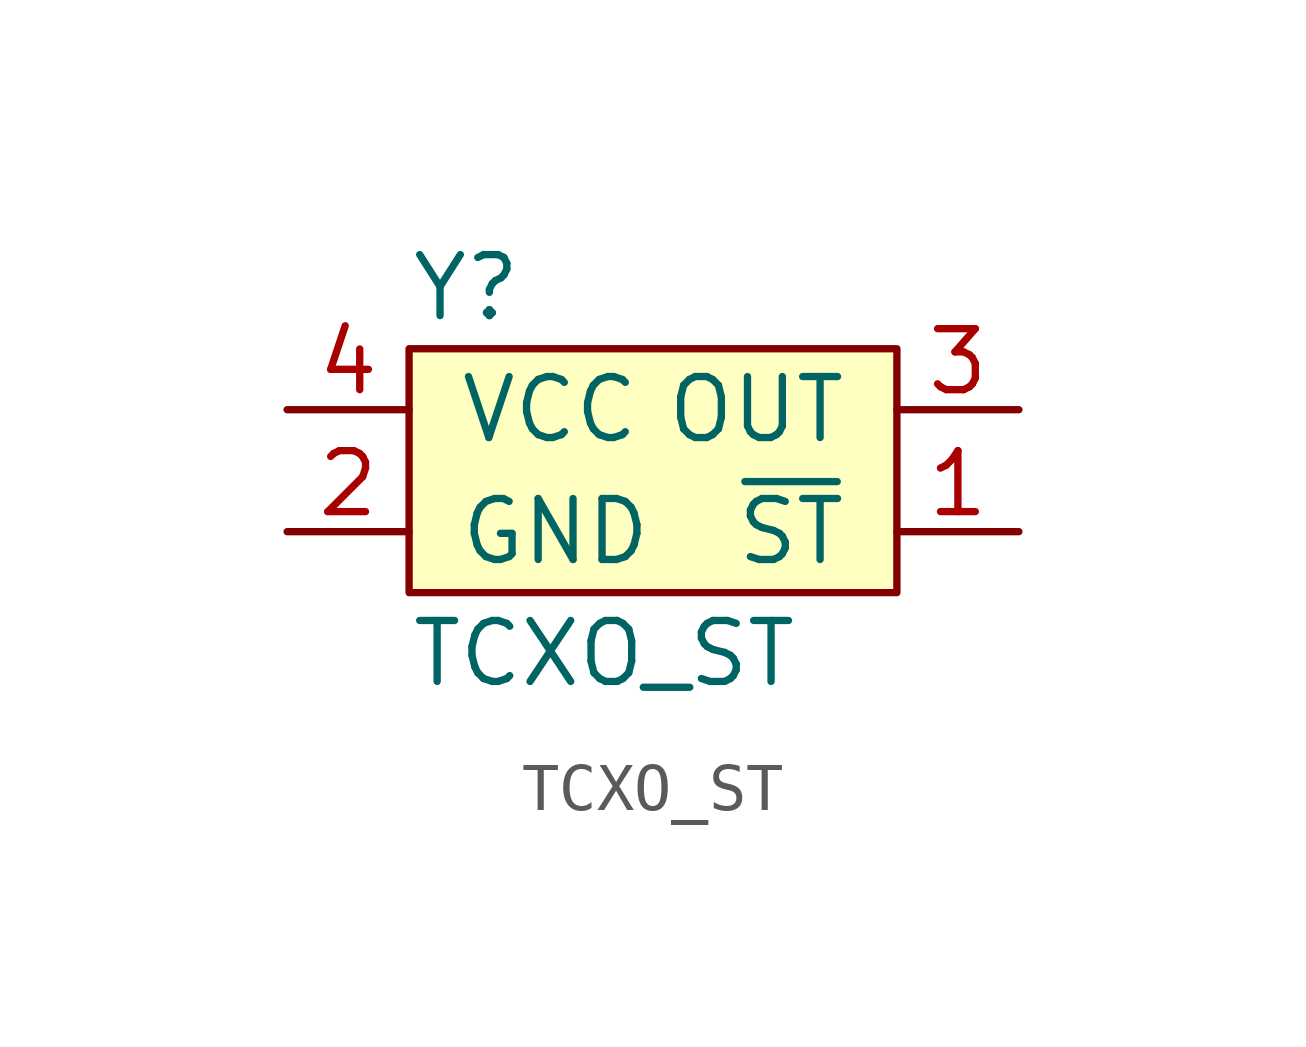
<source format=kicad_sym>
(kicad_symbol_lib
  (version 20211014)
  (generator kicad_symbol_editor)
  (symbol "TCXO_ST"
    (pin_names
      (offset 1.016))
    (property "Reference" "Y"
      (at -5.08 2.54 0)
      (effects (font (size 1.27 1.27)) (justify left)))
    (property "Value" "TCXO_ST"
      (at -5.08 -5.08 0)
      (effects (font (size 1.27 1.27)) (justify left)))
    (symbol "TCXO_ST_0_1"
      (rectangle (start -5.08 1.27) (end 5.08 -3.81) (stroke (width 0) (type default) (color 0 0 0 0)) (fill (type background))))
    (symbol "TCXO_ST_1_1"
      (pin input line (at 7.62 -2.54 180) (length 2.54) (name "~{ST}" (effects (font (size 1.27 1.27)))) (number "1" (effects (font (size 1.27 1.27)))))
      (pin power_in line (at -7.62 -2.54 0) (length 2.54) (name "GND" (effects (font (size 1.27 1.27)))) (number "2" (effects (font (size 1.27 1.27)))))
      (pin output line (at 7.62 0 180) (length 2.54) (name "OUT" (effects (font (size 1.27 1.27)))) (number "3" (effects (font (size 1.27 1.27)))))
      (pin power_in line (at -7.62 0 0) (length 2.54) (name "VCC" (effects (font (size 1.27 1.27)))) (number "4" (effects (font (size 1.27 1.27))))))))
</source>
